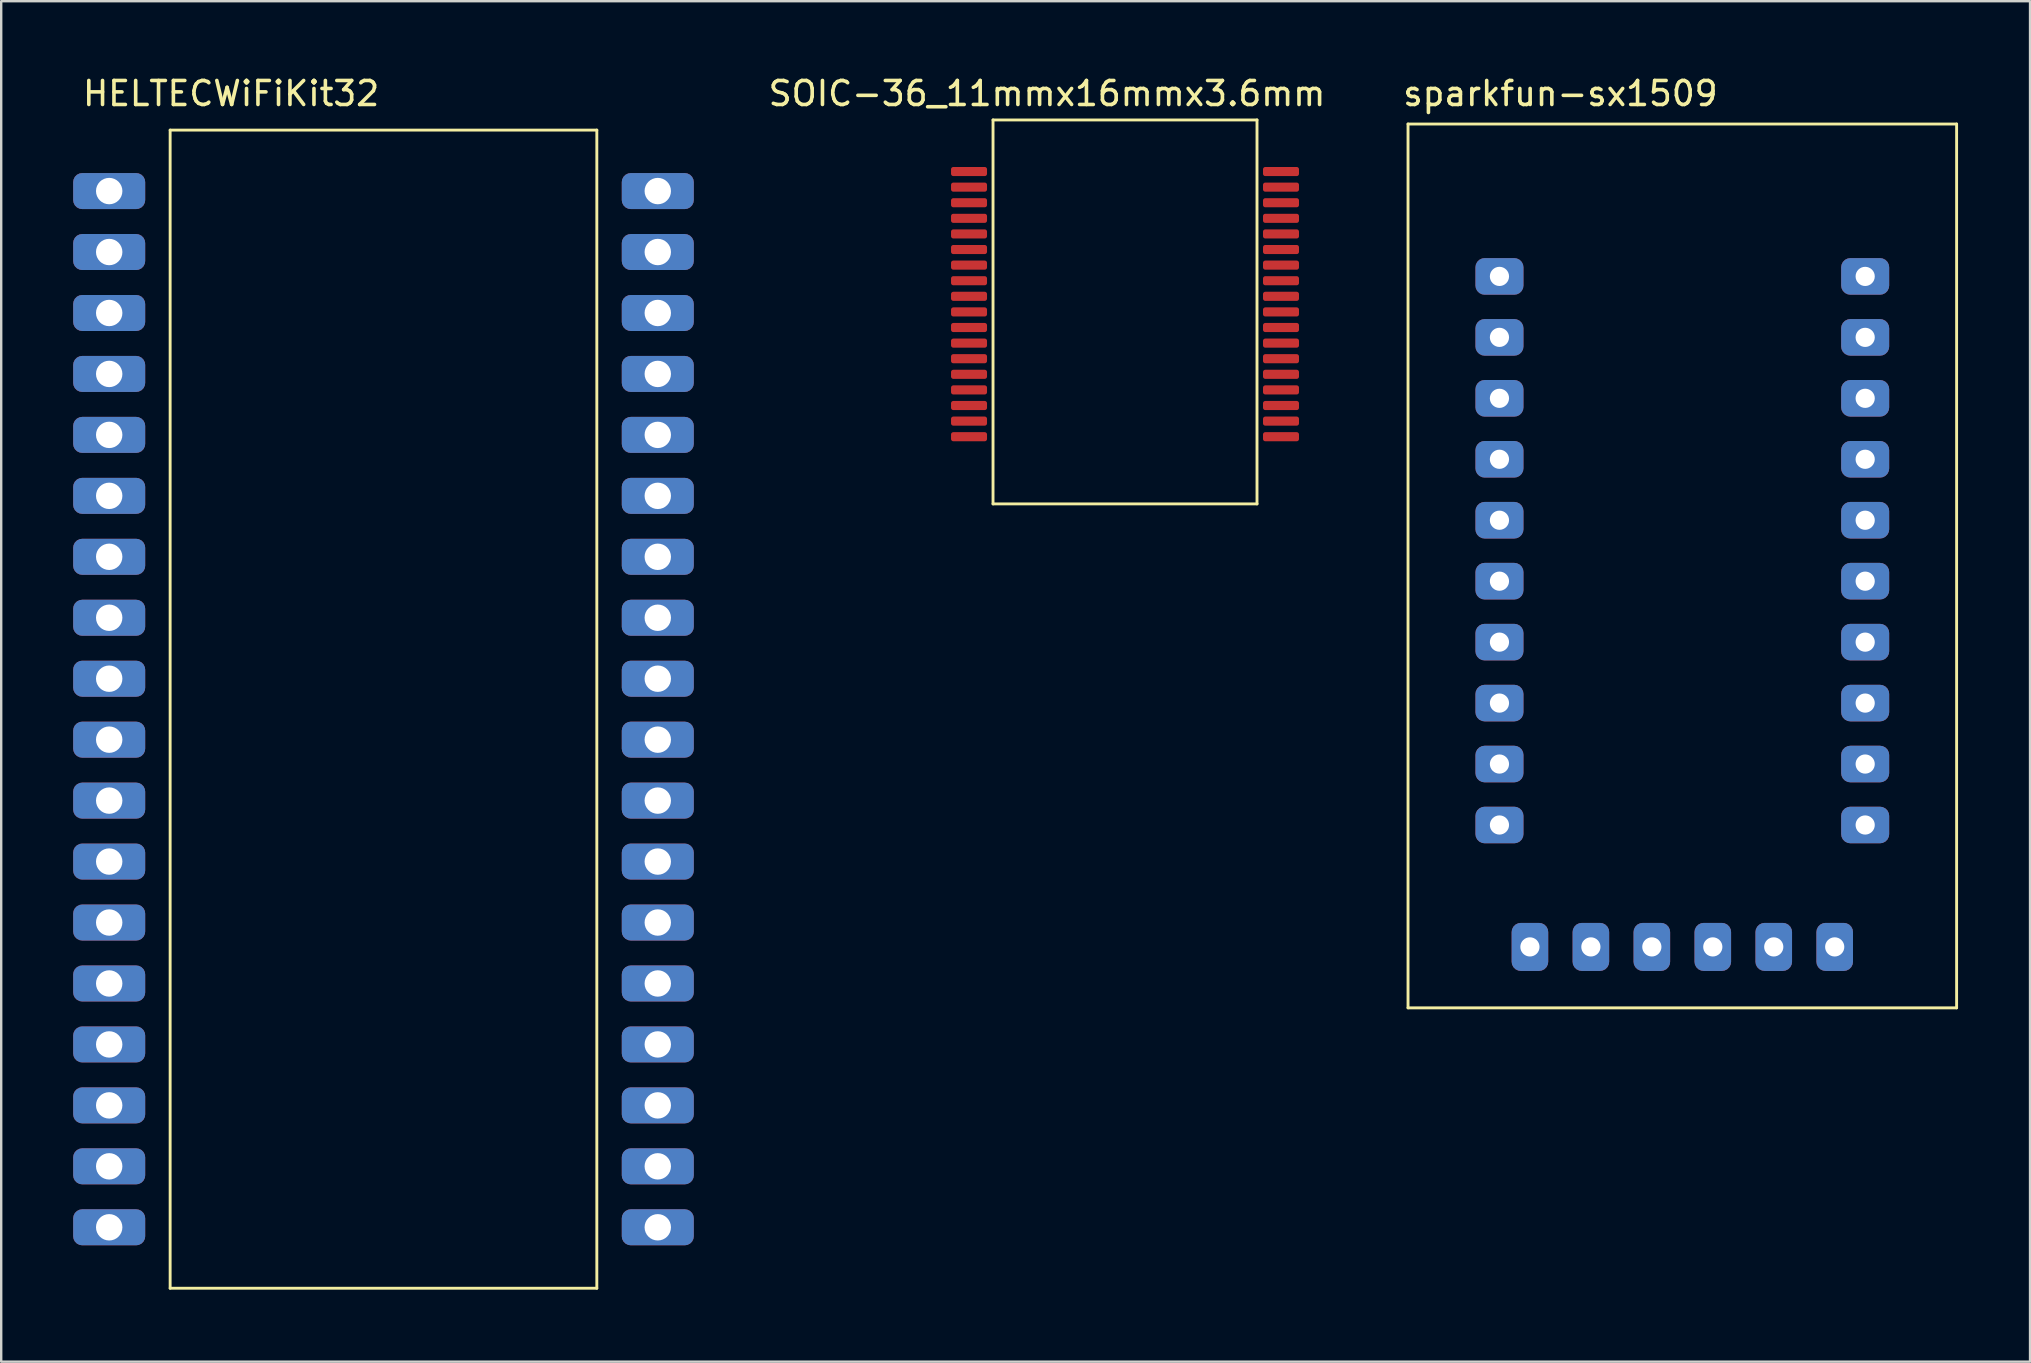
<source format=kicad_pcb>
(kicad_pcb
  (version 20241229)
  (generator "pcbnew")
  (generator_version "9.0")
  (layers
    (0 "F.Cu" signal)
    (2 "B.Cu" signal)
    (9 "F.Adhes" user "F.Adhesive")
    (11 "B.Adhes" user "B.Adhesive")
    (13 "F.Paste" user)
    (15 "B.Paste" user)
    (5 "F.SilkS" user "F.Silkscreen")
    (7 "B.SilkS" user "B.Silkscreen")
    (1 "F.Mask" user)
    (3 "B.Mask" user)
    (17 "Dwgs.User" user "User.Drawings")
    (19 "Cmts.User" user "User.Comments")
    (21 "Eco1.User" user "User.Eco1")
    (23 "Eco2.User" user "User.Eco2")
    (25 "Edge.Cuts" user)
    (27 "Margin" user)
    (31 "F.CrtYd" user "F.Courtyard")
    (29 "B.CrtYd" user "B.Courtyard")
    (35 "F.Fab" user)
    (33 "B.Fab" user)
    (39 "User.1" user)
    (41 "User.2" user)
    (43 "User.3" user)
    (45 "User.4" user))
  (footprint "HELTECWiFiKit32"
    (layer "F.Cu")
    (at 13.692 25.232)
    (property "Reference" "HELTECWiFiKit32" (at -7.112 -24.384 0) (layer "F.SilkS") (effects (font (size 1 1) (thickness 0.15))))
    (attr through_hole)
    (fp_line (start -9.652 -22.86) (end -9.652 25.4) (stroke (width 0.12) (type solid)) (layer "F.SilkS"))
    (fp_line (start -9.652 25.4) (end 8.128 25.4) (stroke (width 0.12) (type solid)) (layer "F.SilkS"))
    (fp_line (start 8.128 -22.86) (end -9.652 -22.86) (stroke (width 0.12) (type solid)) (layer "F.SilkS"))
    (fp_line (start 8.128 25.4) (end 8.128 -22.86) (stroke (width 0.12) (type solid)) (layer "F.SilkS"))
    (pad "1" thru_hole roundrect (at -12.192 -20.32) (size 3 1.5) (drill 1.1) (layers "*.Cu" "*.Mask") (roundrect_rratio 0.25))
    (pad "2" thru_hole roundrect (at -12.192 -17.78) (size 3 1.5) (drill 1.1) (layers "*.Cu" "*.Mask") (roundrect_rratio 0.25))
    (pad "3" thru_hole roundrect (at -12.192 -15.24) (size 3 1.5) (drill 1.1) (layers "*.Cu" "*.Mask") (roundrect_rratio 0.25))
    (pad "4" thru_hole roundrect (at -12.192 -12.7) (size 3 1.5) (drill 1.1) (layers "*.Cu" "*.Mask") (roundrect_rratio 0.25))
    (pad "5" thru_hole roundrect (at -12.192 -10.16) (size 3 1.5) (drill 1.1) (layers "*.Cu" "*.Mask") (roundrect_rratio 0.25))
    (pad "6" thru_hole roundrect (at -12.192 -7.62) (size 3 1.5) (drill 1.1) (layers "*.Cu" "*.Mask") (roundrect_rratio 0.25))
    (pad "7" thru_hole roundrect (at -12.192 -5.08) (size 3 1.5) (drill 1.1) (layers "*.Cu" "*.Mask") (roundrect_rratio 0.25))
    (pad "8" thru_hole roundrect (at -12.192 -2.54) (size 3 1.5) (drill 1.1) (layers "*.Cu" "*.Mask") (roundrect_rratio 0.25))
    (pad "9" thru_hole roundrect (at -12.192 0) (size 3 1.5) (drill 1.1) (layers "*.Cu" "*.Mask") (roundrect_rratio 0.25))
    (pad "10" thru_hole roundrect (at -12.192 2.54) (size 3 1.5) (drill 1.1) (layers "*.Cu" "*.Mask") (roundrect_rratio 0.25))
    (pad "11" thru_hole roundrect (at -12.192 5.08) (size 3 1.5) (drill 1.1) (layers "*.Cu" "*.Mask") (roundrect_rratio 0.25))
    (pad "12" thru_hole roundrect (at -12.192 7.62) (size 3 1.5) (drill 1.1) (layers "*.Cu" "*.Mask") (roundrect_rratio 0.25))
    (pad "13" thru_hole roundrect (at -12.192 10.16) (size 3 1.5) (drill 1.1) (layers "*.Cu" "*.Mask") (roundrect_rratio 0.25))
    (pad "14" thru_hole roundrect (at -12.192 12.7) (size 3 1.5) (drill 1.1) (layers "*.Cu" "*.Mask") (roundrect_rratio 0.25))
    (pad "15" thru_hole roundrect (at -12.192 15.24) (size 3 1.5) (drill 1.1) (layers "*.Cu" "*.Mask") (roundrect_rratio 0.25))
    (pad "16" thru_hole roundrect (at -12.192 17.78) (size 3 1.5) (drill 1.1) (layers "*.Cu" "*.Mask") (roundrect_rratio 0.25))
    (pad "17" thru_hole roundrect (at -12.192 20.32) (size 3 1.5) (drill 1.1) (layers "*.Cu" "*.Mask") (roundrect_rratio 0.25))
    (pad "18" thru_hole roundrect (at -12.192 22.86) (size 3 1.5) (drill 1.1) (layers "*.Cu" "*.Mask") (roundrect_rratio 0.25))
    (pad "19" thru_hole roundrect (at 10.668 22.86) (size 3 1.5) (drill 1.1) (layers "*.Cu" "*.Mask") (roundrect_rratio 0.25))
    (pad "20" thru_hole roundrect (at 10.668 20.32) (size 3 1.5) (drill 1.1) (layers "*.Cu" "*.Mask") (roundrect_rratio 0.25))
    (pad "21" thru_hole roundrect (at 10.668 17.78) (size 3 1.5) (drill 1.1) (layers "*.Cu" "*.Mask") (roundrect_rratio 0.25))
    (pad "22" thru_hole roundrect (at 10.668 15.24) (size 3 1.5) (drill 1.1) (layers "*.Cu" "*.Mask") (roundrect_rratio 0.25))
    (pad "23" thru_hole roundrect (at 10.668 12.7) (size 3 1.5) (drill 1.1) (layers "*.Cu" "*.Mask") (roundrect_rratio 0.25))
    (pad "24" thru_hole roundrect (at 10.668 10.16) (size 3 1.5) (drill 1.1) (layers "*.Cu" "*.Mask") (roundrect_rratio 0.25))
    (pad "25" thru_hole roundrect (at 10.668 7.62) (size 3 1.5) (drill 1.1) (layers "*.Cu" "*.Mask") (roundrect_rratio 0.25))
    (pad "26" thru_hole roundrect (at 10.668 5.08) (size 3 1.5) (drill 1.1) (layers "*.Cu" "*.Mask") (roundrect_rratio 0.25))
    (pad "27" thru_hole roundrect (at 10.668 2.54) (size 3 1.5) (drill 1.1) (layers "*.Cu" "*.Mask") (roundrect_rratio 0.25))
    (pad "28" thru_hole roundrect (at 10.668 0) (size 3 1.5) (drill 1.1) (layers "*.Cu" "*.Mask") (roundrect_rratio 0.25))
    (pad "29" thru_hole roundrect (at 10.668 -2.54) (size 3 1.5) (drill 1.1) (layers "*.Cu" "*.Mask") (roundrect_rratio 0.25))
    (pad "30" thru_hole roundrect (at 10.668 -5.08) (size 3 1.5) (drill 1.1) (layers "*.Cu" "*.Mask") (roundrect_rratio 0.25))
    (pad "31" thru_hole roundrect (at 10.668 -7.62) (size 3 1.5) (drill 1.1) (layers "*.Cu" "*.Mask") (roundrect_rratio 0.25))
    (pad "32" thru_hole roundrect (at 10.668 -10.16) (size 3 1.5) (drill 1.1) (layers "*.Cu" "*.Mask") (roundrect_rratio 0.25))
    (pad "33" thru_hole roundrect (at 10.668 -12.7) (size 3 1.5) (drill 1.1) (layers "*.Cu" "*.Mask") (roundrect_rratio 0.25))
    (pad "34" thru_hole roundrect (at 10.668 -15.24) (size 3 1.5) (drill 1.1) (layers "*.Cu" "*.Mask") (roundrect_rratio 0.25))
    (pad "35" thru_hole roundrect (at 10.668 -17.78) (size 3 1.5) (drill 1.1) (layers "*.Cu" "*.Mask") (roundrect_rratio 0.25))
    (pad "36" thru_hole roundrect (at 10.668 -20.32) (size 3 1.5) (drill 1.1) (layers "*.Cu" "*.Mask") (roundrect_rratio 0.25)))
  (footprint "SOIC-36_11mmx16mmx3.6mm"
    (layer "F.Cu")
    (at 43.83 9.948)
    (property "Reference" "SOIC-36_11mmx16mmx3.6mm" (at -3.25 -9.1 0) (layer "F.SilkS") (effects (font (size 1 1) (thickness 0.15))))
    (attr smd)
    (fp_line (start -5.5 -8) (end 5.5 -8) (stroke (width 0.12) (type solid)) (layer "F.SilkS"))
    (fp_line (start -5.5 8) (end -5.5 -8) (stroke (width 0.12) (type solid)) (layer "F.SilkS"))
    (fp_line (start 5.5 -8) (end 5.5 8) (stroke (width 0.12) (type solid)) (layer "F.SilkS"))
    (fp_line (start 5.5 8) (end -5.5 8) (stroke (width 0.12) (type solid)) (layer "F.SilkS"))
    (pad "1" smd roundrect (at -6.5 -5.85) (size 1.5 0.38) (layers "F.Cu" "F.Mask" "F.Paste") (roundrect_rratio 0.25))
    (pad "2" smd roundrect (at -6.5 -5.2) (size 1.5 0.38) (layers "F.Cu" "F.Mask" "F.Paste") (roundrect_rratio 0.25))
    (pad "3" smd roundrect (at -6.5 -4.55) (size 1.5 0.38) (layers "F.Cu" "F.Mask" "F.Paste") (roundrect_rratio 0.25))
    (pad "4" smd roundrect (at -6.5 -3.9) (size 1.5 0.38) (layers "F.Cu" "F.Mask" "F.Paste") (roundrect_rratio 0.25))
    (pad "5" smd roundrect (at -6.5 -3.25) (size 1.5 0.38) (layers "F.Cu" "F.Mask" "F.Paste") (roundrect_rratio 0.25))
    (pad "6" smd roundrect (at -6.5 -2.6) (size 1.5 0.38) (layers "F.Cu" "F.Mask" "F.Paste") (roundrect_rratio 0.25))
    (pad "7" smd roundrect (at -6.5 -1.95) (size 1.5 0.38) (layers "F.Cu" "F.Mask" "F.Paste") (roundrect_rratio 0.25))
    (pad "8" smd roundrect (at -6.5 -1.3) (size 1.5 0.38) (layers "F.Cu" "F.Mask" "F.Paste") (roundrect_rratio 0.25))
    (pad "9" smd roundrect (at -6.5 -0.65) (size 1.5 0.38) (layers "F.Cu" "F.Mask" "F.Paste") (roundrect_rratio 0.25))
    (pad "10" smd roundrect (at -6.5 0) (size 1.5 0.38) (layers "F.Cu" "F.Mask" "F.Paste") (roundrect_rratio 0.25))
    (pad "11" smd roundrect (at -6.5 0.65) (size 1.5 0.38) (layers "F.Cu" "F.Mask" "F.Paste") (roundrect_rratio 0.25))
    (pad "12" smd roundrect (at -6.5 1.3) (size 1.5 0.38) (layers "F.Cu" "F.Mask" "F.Paste") (roundrect_rratio 0.25))
    (pad "13" smd roundrect (at -6.5 1.95) (size 1.5 0.38) (layers "F.Cu" "F.Mask" "F.Paste") (roundrect_rratio 0.25))
    (pad "14" smd roundrect (at -6.5 2.6) (size 1.5 0.38) (layers "F.Cu" "F.Mask" "F.Paste") (roundrect_rratio 0.25))
    (pad "15" smd roundrect (at -6.5 3.25) (size 1.5 0.38) (layers "F.Cu" "F.Mask" "F.Paste") (roundrect_rratio 0.25))
    (pad "16" smd roundrect (at -6.5 3.9) (size 1.5 0.38) (layers "F.Cu" "F.Mask" "F.Paste") (roundrect_rratio 0.25))
    (pad "17" smd roundrect (at -6.5 4.55) (size 1.5 0.38) (layers "F.Cu" "F.Mask" "F.Paste") (roundrect_rratio 0.25))
    (pad "18" smd roundrect (at -6.5 5.2) (size 1.5 0.38) (layers "F.Cu" "F.Mask" "F.Paste") (roundrect_rratio 0.25))
    (pad "19" smd roundrect (at 6.5 5.2) (size 1.5 0.38) (layers "F.Cu" "F.Mask" "F.Paste") (roundrect_rratio 0.25))
    (pad "20" smd roundrect (at 6.5 4.55) (size 1.5 0.38) (layers "F.Cu" "F.Mask" "F.Paste") (roundrect_rratio 0.25))
    (pad "21" smd roundrect (at 6.5 3.9) (size 1.5 0.38) (layers "F.Cu" "F.Mask" "F.Paste") (roundrect_rratio 0.25))
    (pad "22" smd roundrect (at 6.5 3.25) (size 1.5 0.38) (layers "F.Cu" "F.Mask" "F.Paste") (roundrect_rratio 0.25))
    (pad "23" smd roundrect (at 6.5 2.6) (size 1.5 0.38) (layers "F.Cu" "F.Mask" "F.Paste") (roundrect_rratio 0.25))
    (pad "24" smd roundrect (at 6.5 1.95) (size 1.5 0.38) (layers "F.Cu" "F.Mask" "F.Paste") (roundrect_rratio 0.25))
    (pad "25" smd roundrect (at 6.5 1.3) (size 1.5 0.38) (layers "F.Cu" "F.Mask" "F.Paste") (roundrect_rratio 0.25))
    (pad "26" smd roundrect (at 6.5 0.65) (size 1.5 0.38) (layers "F.Cu" "F.Mask" "F.Paste") (roundrect_rratio 0.25))
    (pad "27" smd roundrect (at 6.5 0) (size 1.5 0.38) (layers "F.Cu" "F.Mask" "F.Paste") (roundrect_rratio 0.25))
    (pad "28" smd roundrect (at 6.5 -0.65) (size 1.5 0.38) (layers "F.Cu" "F.Mask" "F.Paste") (roundrect_rratio 0.25))
    (pad "29" smd roundrect (at 6.5 -1.3) (size 1.5 0.38) (layers "F.Cu" "F.Mask" "F.Paste") (roundrect_rratio 0.25))
    (pad "30" smd roundrect (at 6.5 -1.95) (size 1.5 0.38) (layers "F.Cu" "F.Mask" "F.Paste") (roundrect_rratio 0.25))
    (pad "31" smd roundrect (at 6.5 -2.6) (size 1.5 0.38) (layers "F.Cu" "F.Mask" "F.Paste") (roundrect_rratio 0.25))
    (pad "32" smd roundrect (at 6.5 -3.25) (size 1.5 0.38) (layers "F.Cu" "F.Mask" "F.Paste") (roundrect_rratio 0.25))
    (pad "33" smd roundrect (at 6.5 -3.9) (size 1.5 0.38) (layers "F.Cu" "F.Mask" "F.Paste") (roundrect_rratio 0.25))
    (pad "34" smd roundrect (at 6.5 -4.55) (size 1.5 0.38) (layers "F.Cu" "F.Mask" "F.Paste") (roundrect_rratio 0.25))
    (pad "35" smd roundrect (at 6.5 -5.2) (size 1.5 0.38) (layers "F.Cu" "F.Mask" "F.Paste") (roundrect_rratio 0.25))
    (pad "36" smd roundrect (at 6.5 -5.85) (size 1.5 0.38) (layers "F.Cu" "F.Mask" "F.Paste") (roundrect_rratio 0.25)))
  (footprint "sparkfun-sx1509"
    (layer "F.Cu")
    (at 74.673 33.868)
    (property "Reference" "sparkfun-sx1509" (at -12.7 -33.02 0) (layer "F.SilkS") (effects (font (size 1 1) (thickness 0.15))))
    (attr through_hole)
    (fp_line (start -19.05 -31.75) (end 3.81 -31.75) (stroke (width 0.12) (type solid)) (layer "F.SilkS"))
    (fp_line (start -19.05 5.08) (end -19.05 -31.75) (stroke (width 0.12) (type solid)) (layer "F.SilkS"))
    (fp_line (start 3.81 -31.75) (end 3.81 5.08) (stroke (width 0.12) (type solid)) (layer "F.SilkS"))
    (fp_line (start 3.81 5.08) (end -19.05 5.08) (stroke (width 0.12) (type solid)) (layer "F.SilkS"))
    (pad "1" thru_hole roundrect (at -15.24 -25.4) (size 2 1.524) (drill 0.8) (layers "*.Cu" "*.Mask") (roundrect_rratio 0.25))
    (pad "2" thru_hole roundrect (at -15.24 -22.86) (size 2 1.524) (drill 0.8) (layers "*.Cu" "*.Mask") (roundrect_rratio 0.25))
    (pad "3" thru_hole roundrect (at -15.24 -20.32) (size 2 1.524) (drill 0.8) (layers "*.Cu" "*.Mask") (roundrect_rratio 0.25))
    (pad "4" thru_hole roundrect (at -15.24 -17.78) (size 2 1.524) (drill 0.8) (layers "*.Cu" "*.Mask") (roundrect_rratio 0.25))
    (pad "5" thru_hole roundrect (at -15.24 -15.24) (size 2 1.524) (drill 0.8) (layers "*.Cu" "*.Mask") (roundrect_rratio 0.25))
    (pad "6" thru_hole roundrect (at -15.24 -12.7) (size 2 1.524) (drill 0.8) (layers "*.Cu" "*.Mask") (roundrect_rratio 0.25))
    (pad "7" thru_hole roundrect (at -15.24 -10.16) (size 2 1.524) (drill 0.8) (layers "*.Cu" "*.Mask") (roundrect_rratio 0.25))
    (pad "8" thru_hole roundrect (at -15.24 -7.62) (size 2 1.524) (drill 0.8) (layers "*.Cu" "*.Mask") (roundrect_rratio 0.25))
    (pad "9" thru_hole roundrect (at -15.24 -5.08) (size 2 1.524) (drill 0.8) (layers "*.Cu" "*.Mask") (roundrect_rratio 0.25))
    (pad "10" thru_hole roundrect (at -15.24 -2.54) (size 2 1.524) (drill 0.8) (layers "*.Cu" "*.Mask") (roundrect_rratio 0.25))
    (pad "11" thru_hole roundrect (at -13.97 2.54 90) (size 2 1.524) (drill 0.8) (layers "*.Cu" "*.Mask") (roundrect_rratio 0.25))
    (pad "12" thru_hole roundrect (at -11.43 2.54 90) (size 2 1.524) (drill 0.8) (layers "*.Cu" "*.Mask") (roundrect_rratio 0.25))
    (pad "13" thru_hole roundrect (at -8.89 2.54 90) (size 2 1.524) (drill 0.8) (layers "*.Cu" "*.Mask") (roundrect_rratio 0.25))
    (pad "14" thru_hole roundrect (at -6.35 2.54 90) (size 2 1.524) (drill 0.8) (layers "*.Cu" "*.Mask") (roundrect_rratio 0.25))
    (pad "15" thru_hole roundrect (at -3.81 2.54 90) (size 2 1.524) (drill 0.8) (layers "*.Cu" "*.Mask") (roundrect_rratio 0.25))
    (pad "16" thru_hole roundrect (at -1.27 2.54 90) (size 2 1.524) (drill 0.8) (layers "*.Cu" "*.Mask") (roundrect_rratio 0.25))
    (pad "17" thru_hole roundrect (at 0 -2.54 180) (size 2 1.524) (drill 0.8) (layers "*.Cu" "*.Mask") (roundrect_rratio 0.25))
    (pad "18" thru_hole roundrect (at 0 -5.08 180) (size 2 1.524) (drill 0.8) (layers "*.Cu" "*.Mask") (roundrect_rratio 0.25))
    (pad "19" thru_hole roundrect (at 0 -7.62 180) (size 2 1.524) (drill 0.8) (layers "*.Cu" "*.Mask") (roundrect_rratio 0.25))
    (pad "20" thru_hole roundrect (at 0 -10.16 180) (size 2 1.524) (drill 0.8) (layers "*.Cu" "*.Mask") (roundrect_rratio 0.25))
    (pad "21" thru_hole roundrect (at 0 -12.7 180) (size 2 1.524) (drill 0.8) (layers "*.Cu" "*.Mask") (roundrect_rratio 0.25))
    (pad "22" thru_hole roundrect (at 0 -15.24 180) (size 2 1.524) (drill 0.8) (layers "*.Cu" "*.Mask") (roundrect_rratio 0.25))
    (pad "23" thru_hole roundrect (at 0 -17.78 180) (size 2 1.524) (drill 0.8) (layers "*.Cu" "*.Mask") (roundrect_rratio 0.25))
    (pad "24" thru_hole roundrect (at 0 -20.32 180) (size 2 1.524) (drill 0.8) (layers "*.Cu" "*.Mask") (roundrect_rratio 0.25))
    (pad "25" thru_hole roundrect (at 0 -22.86 180) (size 2 1.524) (drill 0.8) (layers "*.Cu" "*.Mask") (roundrect_rratio 0.25))
    (pad "26" thru_hole roundrect (at 0 -25.4 180) (size 2 1.524) (drill 0.8) (layers "*.Cu" "*.Mask") (roundrect_rratio 0.25)))
  (gr_rect
    (start -3 -3)
    (end 81.543 53.692)
    (stroke (width 0.1) (type default))
    (fill no)
    (layer "Edge.Cuts")))
</source>
